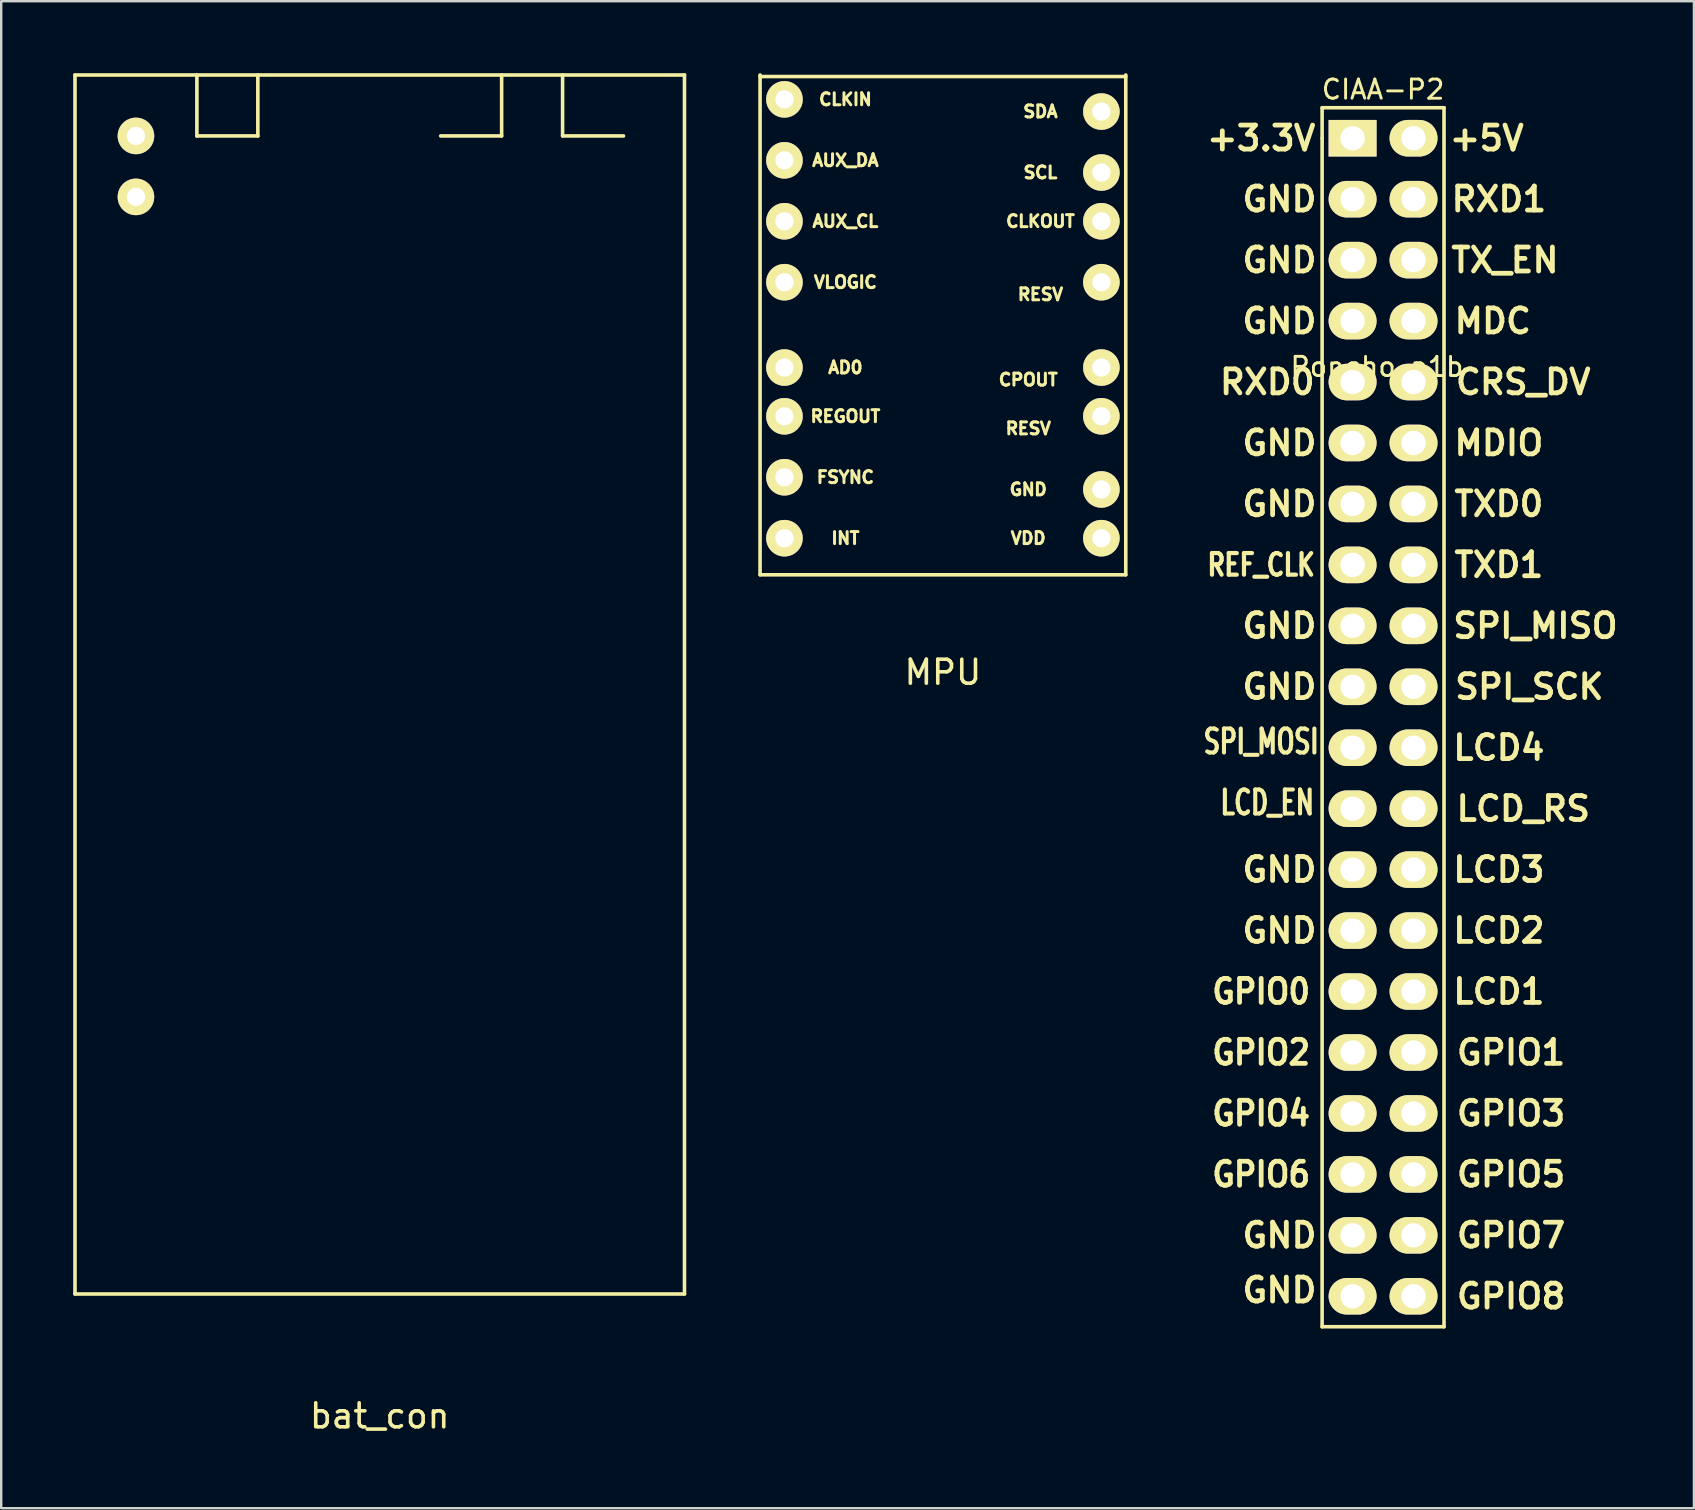
<source format=kicad_pcb>
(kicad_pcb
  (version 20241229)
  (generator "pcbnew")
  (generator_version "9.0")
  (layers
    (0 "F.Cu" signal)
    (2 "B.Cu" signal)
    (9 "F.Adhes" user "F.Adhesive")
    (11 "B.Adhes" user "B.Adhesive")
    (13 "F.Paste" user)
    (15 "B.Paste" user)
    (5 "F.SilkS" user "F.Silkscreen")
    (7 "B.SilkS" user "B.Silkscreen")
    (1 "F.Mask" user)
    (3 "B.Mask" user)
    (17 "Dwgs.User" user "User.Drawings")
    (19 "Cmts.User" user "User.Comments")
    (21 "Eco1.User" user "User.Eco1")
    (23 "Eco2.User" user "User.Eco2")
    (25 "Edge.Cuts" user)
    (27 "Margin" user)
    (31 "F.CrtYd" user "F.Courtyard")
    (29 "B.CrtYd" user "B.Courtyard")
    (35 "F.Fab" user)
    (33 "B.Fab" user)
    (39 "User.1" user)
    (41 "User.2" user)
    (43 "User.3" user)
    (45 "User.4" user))
  (footprint "Poncho_p1b"
    (layer "F.Cu")
    (at 55.858 3.981)
    (property "Reference" "Poncho_p1b" (at -1.524 8.255 0) (layer "F.SilkS") (effects (font (size 0.8 0.8) (thickness 0.12))))
    (attr through_hole)
    (fp_line (start -3.81 -2.54) (end 1.27 -2.54) (stroke (width 0.15) (type solid)) (layer "F.SilkS"))
    (fp_line (start -3.81 -1.27) (end -3.81 -2.54) (stroke (width 0.15) (type solid)) (layer "F.SilkS"))
    (fp_line (start -3.81 48.26) (end -3.81 -1.27) (stroke (width 0.15) (type solid)) (layer "F.SilkS"))
    (fp_line (start 1.27 -2.54) (end 1.27 48.26) (stroke (width 0.15) (type solid)) (layer "F.SilkS"))
    (fp_line (start 1.27 48.26) (end -3.81 48.26) (stroke (width 0.15) (type solid)) (layer "F.SilkS"))
    (fp_text user "GND" (at -5.588 13.97 0) (layer "F.SilkS") (effects (font (size 1 1) (thickness 0.2))))
    (fp_text user "GND" (at -5.588 21.59 0) (layer "F.SilkS") (effects (font (size 1 1) (thickness 0.2))))
    (fp_text user "SPI_SCK" (at 4.826 21.59 0) (layer "F.SilkS") (effects (font (size 1 1) (thickness 0.2))))
    (fp_text user "GPIO2" (at -6.35 36.83 0) (layer "F.SilkS") (effects (font (size 1 0.9) (thickness 0.2))))
    (fp_text user "MDC" (at 3.302 6.35 0) (layer "F.SilkS") (effects (font (size 1 1) (thickness 0.2))))
    (fp_text user "CIAA-P2" (at -1.27 -3.302 0) (layer "F.SilkS") (effects (font (size 0.8 0.8) (thickness 0.12))))
    (fp_text user "GND" (at -5.588 11.43 0) (layer "F.SilkS") (effects (font (size 1 1) (thickness 0.2))))
    (fp_text user "MDIO" (at 3.556 11.43 0) (layer "F.SilkS") (effects (font (size 1 1) (thickness 0.2))))
    (fp_text user "TXD0" (at 3.556 13.97 0) (layer "F.SilkS") (effects (font (size 1 1) (thickness 0.2))))
    (fp_text user "GPIO7" (at 4.064 44.45 0) (layer "F.SilkS") (effects (font (size 1 1) (thickness 0.2))))
    (fp_text user "GPIO6" (at -6.35 41.91 0) (layer "F.SilkS") (effects (font (size 1 0.9) (thickness 0.2))))
    (fp_text user "TX_EN" (at 3.81 3.81 0) (layer "F.SilkS") (effects (font (size 1 1) (thickness 0.2))))
    (fp_text user "+3.3V" (at -6.35 -1.27 0) (layer "F.SilkS") (effects (font (size 1 1) (thickness 0.2))))
    (fp_text user "GPIO8" (at 4.064 46.99 0) (layer "F.SilkS") (effects (font (size 1 1) (thickness 0.2))))
    (fp_text user "SPI_MISO" (at 5.08 19.05 0) (layer "F.SilkS") (effects (font (size 1 1) (thickness 0.2))))
    (fp_text user "GPIO1" (at 4.064 36.83 0) (layer "F.SilkS") (effects (font (size 1 1) (thickness 0.2))))
    (fp_text user "REF_CLK" (at -6.35 16.51 0) (layer "F.SilkS") (effects (font (size 0.9 0.7) (thickness 0.175))))
    (fp_text user "LCD4" (at 3.556 24.13 0) (layer "F.SilkS") (effects (font (size 1 1) (thickness 0.2))))
    (fp_text user "LCD3" (at 3.556 29.21 0) (layer "F.SilkS") (effects (font (size 1 1) (thickness 0.2))))
    (fp_text user "GPIO4" (at -6.35 39.37 0) (layer "F.SilkS") (effects (font (size 1 0.9) (thickness 0.2))))
    (fp_text user "GPIO5" (at 4.064 41.91 0) (layer "F.SilkS") (effects (font (size 1 1) (thickness 0.2))))
    (fp_text user "GND" (at -5.588 1.27 0) (layer "F.SilkS") (effects (font (size 1 1) (thickness 0.2))))
    (fp_text user "GND" (at -5.588 3.81 0) (layer "F.SilkS") (effects (font (size 1 1) (thickness 0.2))))
    (fp_text user "RXD1" (at 3.556 1.27 0) (layer "F.SilkS") (effects (font (size 1 1) (thickness 0.2))))
    (fp_text user "CRS_DV" (at 4.572 8.89 0) (layer "F.SilkS") (effects (font (size 1 1) (thickness 0.2))))
    (fp_text user "TXD1" (at 3.556 16.51 0) (layer "F.SilkS") (effects (font (size 1 1) (thickness 0.2))))
    (fp_text user "GND" (at -5.588 31.75 0) (layer "F.SilkS") (effects (font (size 1 1) (thickness 0.2))))
    (fp_text user "LCD_EN" (at -6.096 26.416 0) (layer "F.SilkS") (effects (font (size 1 0.7) (thickness 0.17))))
    (fp_text user "SPI_MOSI" (at -6.35 23.876 0) (layer "F.SilkS") (effects (font (size 1 0.7) (thickness 0.17))))
    (fp_text user "GND" (at -5.588 19.05 0) (layer "F.SilkS") (effects (font (size 1 1) (thickness 0.2))))
    (fp_text user "GPIO3" (at 4.064 39.37 0) (layer "F.SilkS") (effects (font (size 1 1) (thickness 0.2))))
    (fp_text user "GND" (at -5.588 46.736 0) (layer "F.SilkS") (effects (font (size 1 1) (thickness 0.2))))
    (fp_text user "LCD1" (at 3.556 34.29 0) (layer "F.SilkS") (effects (font (size 1 1) (thickness 0.2))))
    (fp_text user "GND" (at -5.588 29.21 0) (layer "F.SilkS") (effects (font (size 1 1) (thickness 0.2))))
    (fp_text user "RXD0" (at -6.096 8.89 0) (layer "F.SilkS") (effects (font (size 1 1) (thickness 0.2))))
    (fp_text user "GND" (at -5.588 44.45 0) (layer "F.SilkS") (effects (font (size 1 1) (thickness 0.2))))
    (fp_text user "GPIO0" (at -6.35 34.29 0) (layer "F.SilkS") (effects (font (size 1 0.9) (thickness 0.2))))
    (fp_text user "LCD2" (at 3.556 31.75 0) (layer "F.SilkS") (effects (font (size 1 1) (thickness 0.2))))
    (fp_text user "LCD_RS" (at 4.572 26.67 0) (layer "F.SilkS") (effects (font (size 1 1) (thickness 0.2))))
    (fp_text user "+5V" (at 3.048 -1.27 0) (layer "F.SilkS") (effects (font (size 1 1) (thickness 0.2))))
    (fp_text user "GND" (at -5.588 6.35 0) (layer "F.SilkS") (effects (font (size 1 1) (thickness 0.2))))
    (pad "41" thru_hole rect (at -2.54 -1.27 270) (size 1.524 2) (drill 1.016) (layers "*.Cu" "*.Mask" "F.SilkS"))
    (pad "42" thru_hole oval (at 0 -1.27 270) (size 1.524 2) (drill 1.016) (layers "*.Cu" "*.Mask" "F.SilkS"))
    (pad "43" thru_hole oval (at -2.54 1.27 270) (size 1.524 2) (drill 1.016) (layers "*.Cu" "*.Mask" "F.SilkS"))
    (pad "44" thru_hole oval (at 0 1.27 270) (size 1.524 2) (drill 1.016) (layers "*.Cu" "*.Mask" "F.SilkS"))
    (pad "45" thru_hole oval (at -2.54 3.81 270) (size 1.524 2) (drill 1.016) (layers "*.Cu" "*.Mask" "F.SilkS"))
    (pad "46" thru_hole oval (at 0 3.81 270) (size 1.524 2) (drill 1.016) (layers "*.Cu" "*.Mask" "F.SilkS"))
    (pad "47" thru_hole oval (at -2.54 6.35 270) (size 1.524 2) (drill 1.016) (layers "*.Cu" "*.Mask" "F.SilkS"))
    (pad "48" thru_hole oval (at 0 6.35 270) (size 1.524 2) (drill 1.016) (layers "*.Cu" "*.Mask" "F.SilkS"))
    (pad "49" thru_hole oval (at -2.54 8.89 270) (size 1.524 2) (drill 1.016) (layers "*.Cu" "*.Mask" "F.SilkS"))
    (pad "50" thru_hole oval (at 0 8.89 270) (size 1.524 2) (drill 1.016) (layers "*.Cu" "*.Mask" "F.SilkS"))
    (pad "51" thru_hole oval (at -2.54 11.43 270) (size 1.524 2) (drill 1.016) (layers "*.Cu" "*.Mask" "F.SilkS"))
    (pad "52" thru_hole oval (at 0 11.43 270) (size 1.524 2) (drill 1.016) (layers "*.Cu" "*.Mask" "F.SilkS"))
    (pad "53" thru_hole oval (at -2.54 13.97 270) (size 1.524 2) (drill 1.016) (layers "*.Cu" "*.Mask" "F.SilkS"))
    (pad "54" thru_hole oval (at 0 13.97 270) (size 1.524 2) (drill 1.016) (layers "*.Cu" "*.Mask" "F.SilkS"))
    (pad "55" thru_hole oval (at -2.54 16.51 270) (size 1.524 2) (drill 1.016) (layers "*.Cu" "*.Mask" "F.SilkS"))
    (pad "56" thru_hole oval (at 0 16.51 270) (size 1.524 2) (drill 1.016) (layers "*.Cu" "*.Mask" "F.SilkS"))
    (pad "57" thru_hole oval (at -2.54 19.05 270) (size 1.524 2) (drill 1.016) (layers "*.Cu" "*.Mask" "F.SilkS"))
    (pad "58" thru_hole oval (at 0 19.05 270) (size 1.524 2) (drill 1.016) (layers "*.Cu" "*.Mask" "F.SilkS"))
    (pad "59" thru_hole oval (at -2.54 21.59 270) (size 1.524 2) (drill 1.016) (layers "*.Cu" "*.Mask" "F.SilkS"))
    (pad "60" thru_hole oval (at 0 21.59 270) (size 1.524 2) (drill 1.016) (layers "*.Cu" "*.Mask" "F.SilkS"))
    (pad "61" thru_hole oval (at -2.54 24.13 270) (size 1.524 2) (drill 1.016) (layers "*.Cu" "*.Mask" "F.SilkS"))
    (pad "62" thru_hole oval (at 0 24.13 270) (size 1.524 2) (drill 1.016) (layers "*.Cu" "*.Mask" "F.SilkS"))
    (pad "63" thru_hole oval (at -2.54 26.67 270) (size 1.524 2) (drill 1.016) (layers "*.Cu" "*.Mask" "F.SilkS"))
    (pad "64" thru_hole oval (at 0 26.67 270) (size 1.524 2) (drill 1.016) (layers "*.Cu" "*.Mask" "F.SilkS"))
    (pad "65" thru_hole oval (at -2.54 29.21 270) (size 1.524 2) (drill 1.016) (layers "*.Cu" "*.Mask" "F.SilkS"))
    (pad "66" thru_hole oval (at 0 29.21 270) (size 1.524 2) (drill 1.016) (layers "*.Cu" "*.Mask" "F.SilkS"))
    (pad "67" thru_hole oval (at -2.54 31.75 270) (size 1.524 2) (drill 1.016) (layers "*.Cu" "*.Mask" "F.SilkS"))
    (pad "68" thru_hole oval (at 0 31.75 270) (size 1.524 2) (drill 1.016) (layers "*.Cu" "*.Mask" "F.SilkS"))
    (pad "69" thru_hole oval (at -2.54 34.29 270) (size 1.524 2) (drill 1.016) (layers "*.Cu" "*.Mask" "F.SilkS"))
    (pad "70" thru_hole oval (at 0 34.29 270) (size 1.524 2) (drill 1.016) (layers "*.Cu" "*.Mask" "F.SilkS"))
    (pad "71" thru_hole oval (at -2.54 36.83 270) (size 1.524 2) (drill 1.016) (layers "*.Cu" "*.Mask" "F.SilkS"))
    (pad "72" thru_hole oval (at 0 36.83 270) (size 1.524 2) (drill 1.016) (layers "*.Cu" "*.Mask" "F.SilkS"))
    (pad "73" thru_hole oval (at -2.54 39.37 270) (size 1.524 2) (drill 1.016) (layers "*.Cu" "*.Mask" "F.SilkS"))
    (pad "74" thru_hole oval (at 0 39.37 270) (size 1.524 2) (drill 1.016) (layers "*.Cu" "*.Mask" "F.SilkS"))
    (pad "75" thru_hole oval (at -2.54 41.91 270) (size 1.524 2) (drill 1.016) (layers "*.Cu" "*.Mask" "F.SilkS"))
    (pad "76" thru_hole oval (at 0 41.91 270) (size 1.524 2) (drill 1.016) (layers "*.Cu" "*.Mask" "F.SilkS"))
    (pad "77" thru_hole oval (at -2.54 44.45 270) (size 1.524 2) (drill 1.016) (layers "*.Cu" "*.Mask" "F.SilkS"))
    (pad "78" thru_hole oval (at 0 44.45 270) (size 1.524 2) (drill 1.016) (layers "*.Cu" "*.Mask" "F.SilkS"))
    (pad "79" thru_hole oval (at -2.54 46.99 270) (size 1.524 2) (drill 1.016) (layers "*.Cu" "*.Mask" "F.SilkS"))
    (pad "80" thru_hole oval (at 0 46.99 270) (size 1.524 2) (drill 1.016) (layers "*.Cu" "*.Mask" "F.SilkS")))
  (footprint "bat_con"
    (layer "F.Cu")
    (at 12.775 25.475)
    (property "Reference" "bat_con" (at 0 30.48 0) (layer "F.SilkS") (effects (font (size 1 1) (thickness 0.15))))
    (attr through_hole)
    (fp_line (start -12.7 -25.4) (end 12.7 -25.4) (stroke (width 0.15) (type solid)) (layer "F.SilkS"))
    (fp_line (start -12.7 25.4) (end -12.7 -25.4) (stroke (width 0.15) (type solid)) (layer "F.SilkS"))
    (fp_line (start -7.62 -25.4) (end -7.62 -22.86) (stroke (width 0.15) (type solid)) (layer "F.SilkS"))
    (fp_line (start -7.62 -22.86) (end -5.08 -22.86) (stroke (width 0.15) (type solid)) (layer "F.SilkS"))
    (fp_line (start -5.08 -22.86) (end -5.08 -25.4) (stroke (width 0.15) (type solid)) (layer "F.SilkS"))
    (fp_line (start 5.08 -25.4) (end 5.08 -22.86) (stroke (width 0.15) (type solid)) (layer "F.SilkS"))
    (fp_line (start 5.08 -22.86) (end 2.54 -22.86) (stroke (width 0.15) (type solid)) (layer "F.SilkS"))
    (fp_line (start 7.62 -25.4) (end 7.62 -22.86) (stroke (width 0.15) (type solid)) (layer "F.SilkS"))
    (fp_line (start 7.62 -22.86) (end 10.16 -22.86) (stroke (width 0.15) (type solid)) (layer "F.SilkS"))
    (fp_line (start 12.7 -25.4) (end 12.7 25.4) (stroke (width 0.15) (type solid)) (layer "F.SilkS"))
    (fp_line (start 12.7 25.4) (end -12.7 25.4) (stroke (width 0.15) (type solid)) (layer "F.SilkS"))
    (pad "1" thru_hole circle (at -10.16 -22.86) (size 1.524 1.524) (drill 0.762) (layers "*.Cu" "*.Mask" "F.SilkS"))
    (pad "2" thru_hole circle (at -10.16 -20.32) (size 1.524 1.524) (drill 0.762) (layers "*.Cu" "*.Mask" "F.SilkS")))
  (footprint "MPU"
    (layer "F.Cu")
    (at 36.245 10.743)
    (property "Reference" "MPU" (at 0 14.224 0) (layer "F.SilkS") (effects (font (size 1 1) (thickness 0.15))))
    (attr through_hole)
    (fp_line (start -7.62 -10.604) (end 7.62 -10.604) (stroke (width 0.15) (type solid)) (layer "F.SilkS"))
    (fp_line (start -7.62 10.16) (end -7.62 -10.668) (stroke (width 0.15) (type solid)) (layer "F.SilkS"))
    (fp_line (start 7.62 -10.668) (end 7.62 10.16) (stroke (width 0.15) (type solid)) (layer "F.SilkS"))
    (fp_line (start 7.62 10.16) (end -7.62 10.16) (stroke (width 0.15) (type solid)) (layer "F.SilkS"))
    (fp_text user "CLKOUT" (at 4.064 -4.572 0) (layer "F.SilkS") (effects (font (size 0.5 0.5) (thickness 0.125))))
    (fp_text user "FSYNC" (at -4.064 6.096 0) (layer "F.SilkS") (effects (font (size 0.5 0.5) (thickness 0.125))))
    (fp_text user "AD0" (at -4.064 1.524 0) (layer "F.SilkS") (effects (font (size 0.5 0.5) (thickness 0.125))))
    (fp_text user "AUX_DA" (at -4.064 -7.112 0) (layer "F.SilkS") (effects (font (size 0.5 0.5) (thickness 0.125))))
    (fp_text user "CLKIN" (at -4.064 -9.652 0) (layer "F.SilkS") (effects (font (size 0.5 0.5) (thickness 0.125))))
    (fp_text user "VDD" (at 3.556 8.636 0) (layer "F.SilkS") (effects (font (size 0.5 0.5) (thickness 0.125))))
    (fp_text user "INT" (at -4.064 8.636 0) (layer "F.SilkS") (effects (font (size 0.5 0.5) (thickness 0.125))))
    (fp_text user "CPOUT" (at 3.556 2.032 0) (layer "F.SilkS") (effects (font (size 0.5 0.5) (thickness 0.125))))
    (fp_text user "AUX_CL" (at -4.064 -4.572 0) (layer "F.SilkS") (effects (font (size 0.5 0.5) (thickness 0.125))))
    (fp_text user "RESV" (at 4.064 -1.524 0) (layer "F.SilkS") (effects (font (size 0.5 0.5) (thickness 0.125))))
    (fp_text user "REGOUT" (at -4.064 3.556 0) (layer "F.SilkS") (effects (font (size 0.5 0.5) (thickness 0.125))))
    (fp_text user "RESV" (at 3.556 4.064 0) (layer "F.SilkS") (effects (font (size 0.5 0.5) (thickness 0.125))))
    (fp_text user "VLOGIC" (at -4.064 -2.032 0) (layer "F.SilkS") (effects (font (size 0.5 0.5) (thickness 0.125))))
    (fp_text user "GND" (at 3.556 6.604 0) (layer "F.SilkS") (effects (font (size 0.5 0.5) (thickness 0.125))))
    (fp_text user "SCL" (at 4.064 -6.604 0) (layer "F.SilkS") (effects (font (size 0.5 0.5) (thickness 0.125))))
    (fp_text user "SDA" (at 4.064 -9.144 0) (layer "F.SilkS") (effects (font (size 0.5 0.5) (thickness 0.125))))
    (pad "1" thru_hole circle (at -6.604 -9.652) (size 1.524 1.524) (drill 0.762) (layers "*.Cu" "*.Mask" "F.SilkS"))
    (pad "2" thru_hole circle (at -6.604 -7.112) (size 1.524 1.524) (drill 0.762) (layers "*.Cu" "*.Mask" "F.SilkS"))
    (pad "3" thru_hole circle (at -6.604 -4.572) (size 1.524 1.524) (drill 0.762) (layers "*.Cu" "*.Mask" "F.SilkS"))
    (pad "4" thru_hole circle (at -6.604 -2.032) (size 1.524 1.524) (drill 0.762) (layers "*.Cu" "*.Mask" "F.SilkS"))
    (pad "5" thru_hole circle (at -6.604 1.524) (size 1.524 1.524) (drill 0.762) (layers "*.Cu" "*.Mask" "F.SilkS"))
    (pad "6" thru_hole circle (at -6.604 3.556) (size 1.524 1.524) (drill 0.762) (layers "*.Cu" "*.Mask" "F.SilkS"))
    (pad "7" thru_hole circle (at -6.604 6.096) (size 1.524 1.524) (drill 0.762) (layers "*.Cu" "*.Mask" "F.SilkS"))
    (pad "8" thru_hole circle (at -6.604 8.636) (size 1.524 1.524) (drill 0.762) (layers "*.Cu" "*.Mask" "F.SilkS"))
    (pad "9" thru_hole circle (at 6.604 8.636) (size 1.524 1.524) (drill 0.762) (layers "*.Cu" "*.Mask" "F.SilkS"))
    (pad "10" thru_hole circle (at 6.604 6.604) (size 1.524 1.524) (drill 0.762) (layers "*.Cu" "*.Mask" "F.SilkS"))
    (pad "11" thru_hole circle (at 6.604 3.556) (size 1.524 1.524) (drill 0.762) (layers "*.Cu" "*.Mask" "F.SilkS"))
    (pad "12" thru_hole circle (at 6.604 1.524) (size 1.524 1.524) (drill 0.762) (layers "*.Cu" "*.Mask" "F.SilkS"))
    (pad "13" thru_hole circle (at 6.604 -2.032) (size 1.524 1.524) (drill 0.762) (layers "*.Cu" "*.Mask" "F.SilkS"))
    (pad "14" thru_hole circle (at 6.604 -4.572) (size 1.524 1.524) (drill 0.762) (layers "*.Cu" "*.Mask" "F.SilkS"))
    (pad "15" thru_hole circle (at 6.604 -6.604) (size 1.524 1.524) (drill 0.762) (layers "*.Cu" "*.Mask" "F.SilkS"))
    (pad "16" thru_hole circle (at 6.604 -9.144) (size 1.524 1.524) (drill 0.762) (layers "*.Cu" "*.Mask" "F.SilkS")))
  (gr_rect
    (start -3 -3)
    (end 67.543 59.803)
    (stroke (width 0.1) (type default))
    (fill no)
    (layer "Edge.Cuts")))
</source>
